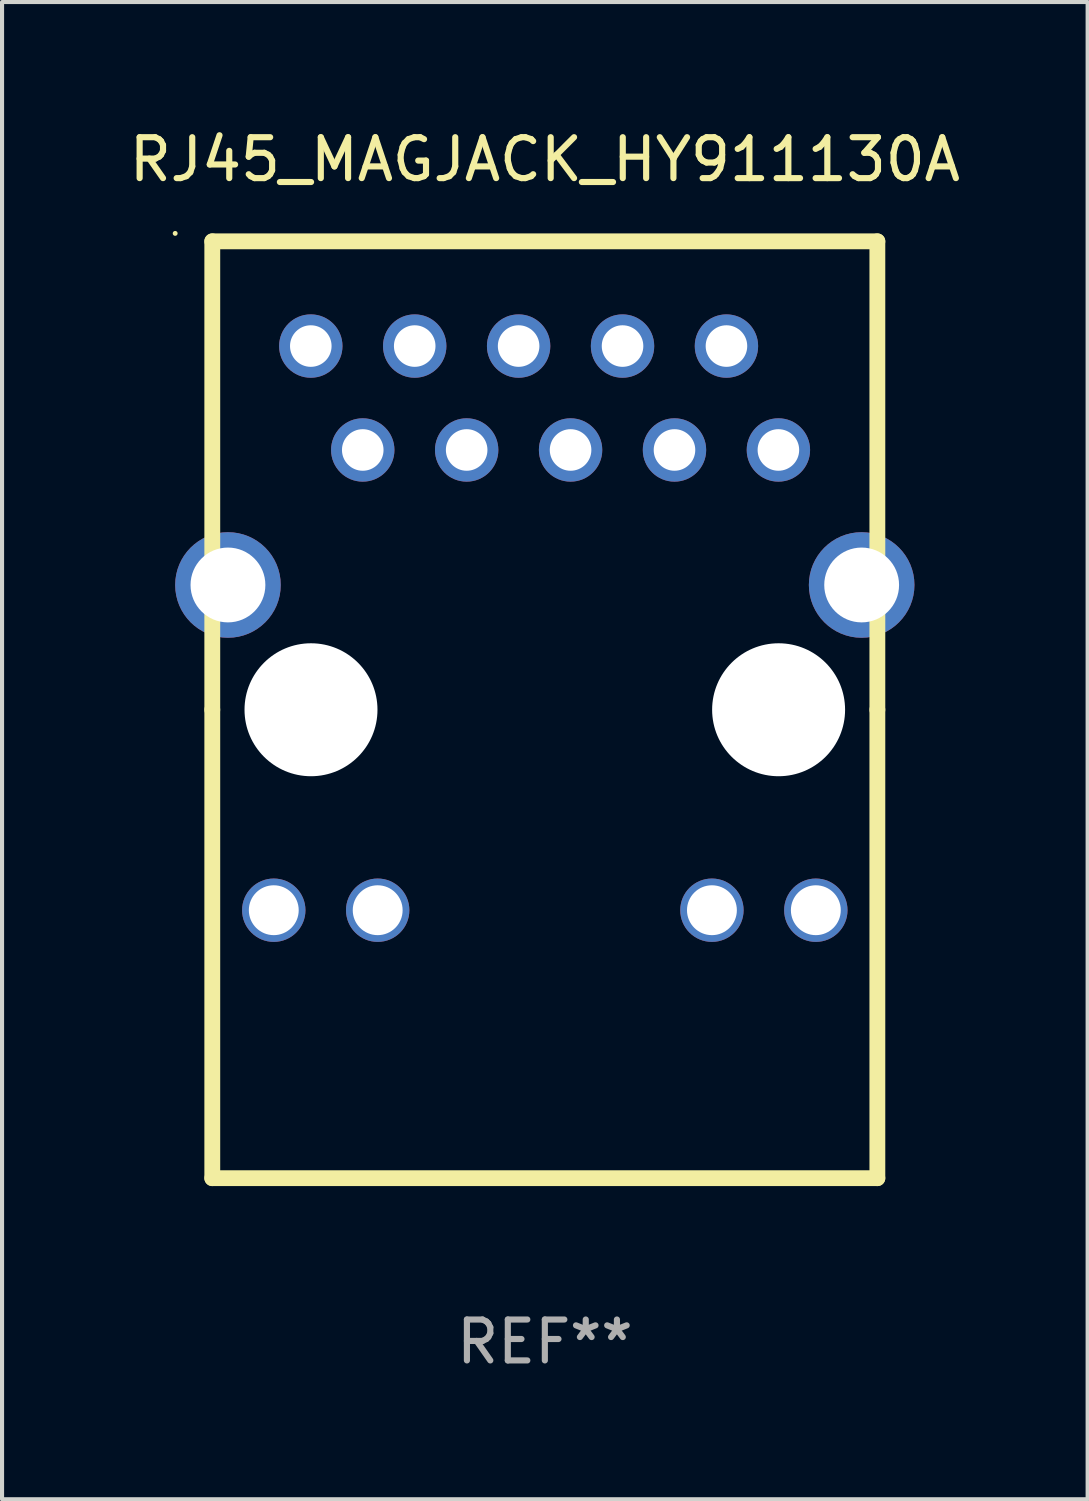
<source format=kicad_pcb>
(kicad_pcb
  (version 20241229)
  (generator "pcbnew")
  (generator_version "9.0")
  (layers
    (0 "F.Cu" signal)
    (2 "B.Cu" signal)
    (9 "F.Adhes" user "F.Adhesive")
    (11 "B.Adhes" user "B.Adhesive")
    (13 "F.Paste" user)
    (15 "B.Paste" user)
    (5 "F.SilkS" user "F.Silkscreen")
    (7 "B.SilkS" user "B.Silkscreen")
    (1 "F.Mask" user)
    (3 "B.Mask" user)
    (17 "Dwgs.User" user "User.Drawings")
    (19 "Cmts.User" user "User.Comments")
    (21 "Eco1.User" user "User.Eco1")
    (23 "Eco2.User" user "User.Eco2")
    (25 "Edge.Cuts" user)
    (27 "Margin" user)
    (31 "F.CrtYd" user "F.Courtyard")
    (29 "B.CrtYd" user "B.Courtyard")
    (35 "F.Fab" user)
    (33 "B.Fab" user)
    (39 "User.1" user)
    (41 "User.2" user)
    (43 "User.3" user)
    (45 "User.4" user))
  (footprint "RJ45_MAGJACK_HY911130A"
    (layer "F.Cu")
    (at 10.267 12.304)
    (property "Reference" "RJ45_MAGJACK_HY911130A" (at 0.001 -11.455 0) (layer "F.SilkS") (effects (font (size 1 1) (thickness 0.15))))
    (attr through_hole)
    (fp_line (start -8.128 -9.455) (end -8.128 1.995) (stroke (width 0.387) (type solid)) (layer "F.SilkS"))
    (fp_line (start -8.128 1.995) (end -8.128 13.445) (stroke (width 0.387) (type solid)) (layer "F.SilkS"))
    (fp_line (start -8.128 13.445) (end 8.129 13.445) (stroke (width 0.387) (type solid)) (layer "F.SilkS"))
    (fp_line (start 8.129 -9.455) (end -8.128 -9.455) (stroke (width 0.387) (type solid)) (layer "F.SilkS"))
    (fp_line (start 8.129 1.995) (end 8.129 -9.455) (stroke (width 0.387) (type solid)) (layer "F.SilkS"))
    (fp_line (start 8.129 13.445) (end 8.129 1.995) (stroke (width 0.387) (type solid)) (layer "F.SilkS"))
    (fp_circle (center -9.035 -9.649) (end -9.005 -9.649) (stroke (width 0.06) (type solid)) (fill no) (layer "F.SilkS"))
    (fp_text user "REF**" (at 0.001 17.445 0) (layer "F.Fab") (effects (font (size 1 1) (thickness 0.15))))
    (pad "" np_thru_hole circle (at -5.715 1.995) (size 3.25 3.25) (drill 3.25) (layers "*.Cu" "*.Mask"))
    (pad "" np_thru_hole circle (at 5.715 1.995) (size 3.25 3.25) (drill 3.25) (layers "*.Cu" "*.Mask"))
    (pad "1" thru_hole circle (at -5.72 -6.895) (size 1.549 1.549) (drill 1.016) (layers "*.Cu" "*.Mask"))
    (pad "2" thru_hole circle (at -4.45 -4.355) (size 1.549 1.549) (drill 1.016) (layers "*.Cu" "*.Mask"))
    (pad "3" thru_hole circle (at -3.18 -6.895) (size 1.549 1.549) (drill 1.016) (layers "*.Cu" "*.Mask"))
    (pad "4" thru_hole circle (at -1.91 -4.355) (size 1.549 1.549) (drill 1.016) (layers "*.Cu" "*.Mask"))
    (pad "5" thru_hole circle (at -0.64 -6.895) (size 1.549 1.549) (drill 1.016) (layers "*.Cu" "*.Mask"))
    (pad "6" thru_hole circle (at 0.63 -4.355) (size 1.549 1.549) (drill 1.016) (layers "*.Cu" "*.Mask"))
    (pad "7" thru_hole circle (at 1.9 -6.895) (size 1.549 1.549) (drill 1.016) (layers "*.Cu" "*.Mask"))
    (pad "8" thru_hole circle (at 3.17 -4.355) (size 1.549 1.549) (drill 1.016) (layers "*.Cu" "*.Mask"))
    (pad "9" thru_hole circle (at 4.44 -6.895) (size 1.549 1.549) (drill 1.016) (layers "*.Cu" "*.Mask"))
    (pad "10" thru_hole circle (at 5.71 -4.355) (size 1.549 1.549) (drill 1.016) (layers "*.Cu" "*.Mask"))
    (pad "11" thru_hole circle (at -6.625 6.895) (size 1.549 1.549) (drill 1.219) (layers "*.Cu" "*.Mask"))
    (pad "12" thru_hole circle (at -4.085 6.895) (size 1.549 1.549) (drill 1.219) (layers "*.Cu" "*.Mask"))
    (pad "13" thru_hole circle (at 4.085 6.895) (size 1.549 1.549) (drill 1.219) (layers "*.Cu" "*.Mask"))
    (pad "14" thru_hole circle (at 6.625 6.895) (size 1.549 1.549) (drill 1.219) (layers "*.Cu" "*.Mask"))
    (pad "15" thru_hole circle (at -7.745 -1.055) (size 2.581 2.581) (drill 1.829) (layers "*.Cu" "*.Mask"))
    (pad "16" thru_hole circle (at 7.745 -1.055) (size 2.581 2.581) (drill 1.829) (layers "*.Cu" "*.Mask")))
  (gr_rect
    (start -3 -3)
    (end 23.536 33.597)
    (stroke (width 0.1) (type default))
    (fill no)
    (layer "Edge.Cuts")))
</source>
